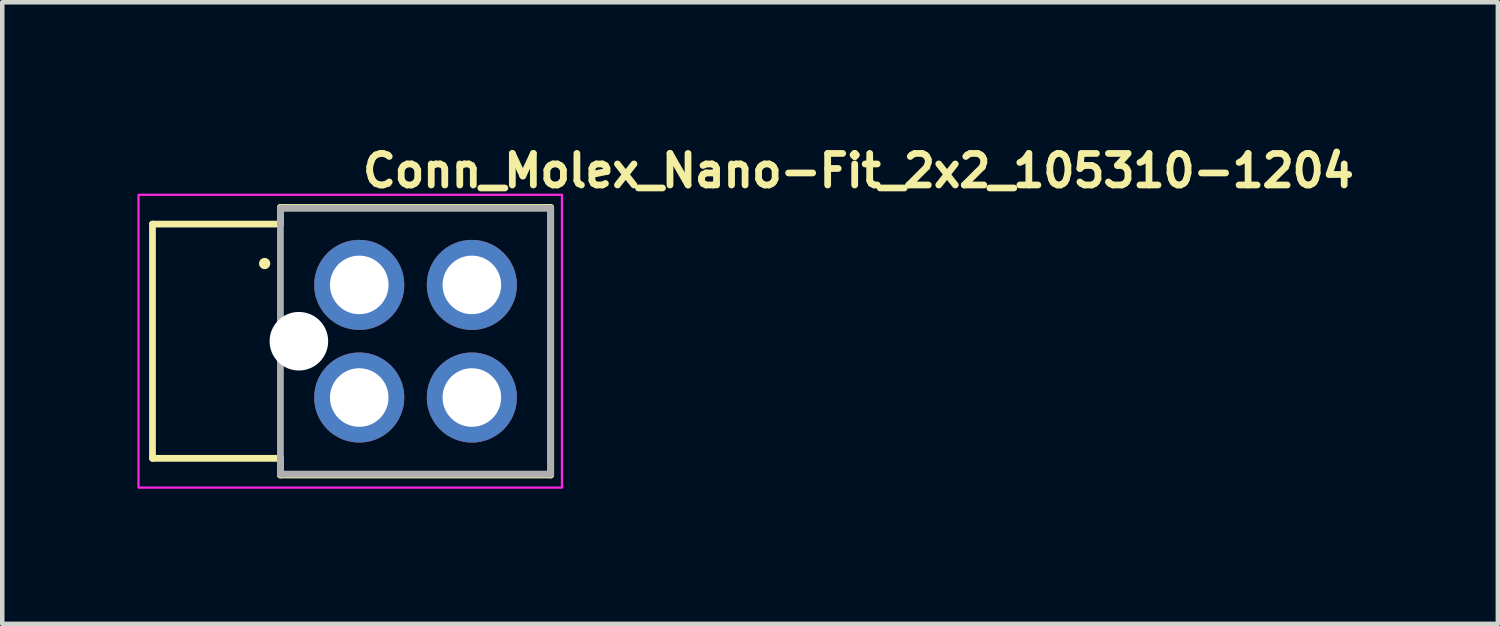
<source format=kicad_pcb>
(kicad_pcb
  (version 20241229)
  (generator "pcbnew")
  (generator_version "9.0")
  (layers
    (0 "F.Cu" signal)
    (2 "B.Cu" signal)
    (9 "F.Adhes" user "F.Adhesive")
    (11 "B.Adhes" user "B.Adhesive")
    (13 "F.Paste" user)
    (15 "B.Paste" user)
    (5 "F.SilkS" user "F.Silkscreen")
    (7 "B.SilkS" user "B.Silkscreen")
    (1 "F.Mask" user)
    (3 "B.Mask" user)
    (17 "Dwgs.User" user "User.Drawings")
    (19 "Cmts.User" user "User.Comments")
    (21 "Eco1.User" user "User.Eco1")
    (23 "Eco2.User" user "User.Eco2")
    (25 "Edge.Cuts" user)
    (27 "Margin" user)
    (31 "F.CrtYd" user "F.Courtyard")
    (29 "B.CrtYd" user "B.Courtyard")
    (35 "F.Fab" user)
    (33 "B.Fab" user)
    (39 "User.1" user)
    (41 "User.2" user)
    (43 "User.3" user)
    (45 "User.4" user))
  (footprint "Conn_Molex_Nano-Fit_2x2_105310-1204"
    (layer "F.Cu")
    (at 4.925 3.275)
    (property "Reference" "Conn_Molex_Nano-Fit_2x2_105310-1204" (at 0 -2.125 0) (layer "F.SilkS") (effects (font (size 0.7 0.7) (thickness 0.15)) (justify left bottom)))
    (attr through_hole)
    (fp_line (start -4.59 -1.35) (end -4.59 3.85) (stroke (width 0.15) (type solid)) (layer "F.SilkS"))
    (fp_line (start -4.59 -1.35) (end -1.75 -1.35) (stroke (width 0.15) (type solid)) (layer "F.SilkS"))
    (fp_line (start -4.59 3.85) (end -1.75 3.85) (stroke (width 0.15) (type solid)) (layer "F.SilkS"))
    (fp_line (start -1.75 -1.72) (end -1.75 -1.35) (stroke (width 0.15) (type solid)) (layer "F.SilkS"))
    (fp_line (start -1.75 4.22) (end -1.75 3.85) (stroke (width 0.15) (type solid)) (layer "F.SilkS"))
    (fp_line (start 4.25 -1.72) (end -1.75 -1.72) (stroke (width 0.15) (type solid)) (layer "F.SilkS"))
    (fp_line (start 4.25 -1.72) (end 4.25 4.22) (stroke (width 0.15) (type solid)) (layer "F.SilkS"))
    (fp_line (start 4.25 4.22) (end -1.75 4.22) (stroke (width 0.15) (type solid)) (layer "F.SilkS"))
    (fp_circle (center -2.1 -0.475) (end -2.05 -0.475) (stroke (width 0.15) (type solid)) (fill yes) (layer "F.SilkS"))
    (fp_rect (start 4.5 4.5) (end -4.9 -2) (stroke (width 0.05) (type solid)) (fill no) (layer "F.CrtYd"))
    (fp_line (start -1.75 -1.7) (end 4.25 -1.7) (stroke (width 0.15) (type solid)) (layer "F.Fab"))
    (fp_line (start -1.75 4.2) (end -1.75 -1.7) (stroke (width 0.15) (type solid)) (layer "F.Fab"))
    (fp_line (start 4.25 -1.7) (end 4.25 4.2) (stroke (width 0.15) (type solid)) (layer "F.Fab"))
    (fp_line (start 4.25 4.2) (end -1.75 4.2) (stroke (width 0.15) (type solid)) (layer "F.Fab"))
    (fp_rect (start 4.22 4.225) (end -4.62 -1.715) (stroke (width 0.1) (type solid)) (fill no) (layer "User.5"))
    (fp_line (start -4.62 3.654) (end -4.62 -1.145) (stroke (width 0.02) (type solid)) (layer "User.9"))
    (fp_line (start -4.62 3.654) (end -4.619 3.665) (stroke (width 0.02) (type solid)) (layer "User.9"))
    (fp_line (start -4.619 -1.155) (end -4.62 -1.145) (stroke (width 0.02) (type solid)) (layer "User.9"))
    (fp_line (start -4.619 3.665) (end -4.618 3.675) (stroke (width 0.02) (type solid)) (layer "User.9"))
    (fp_line (start -4.618 -1.165) (end -4.619 -1.155) (stroke (width 0.02) (type solid)) (layer "User.9"))
    (fp_line (start -4.618 3.675) (end -4.617 3.685) (stroke (width 0.02) (type solid)) (layer "User.9"))
    (fp_line (start -4.617 -1.175) (end -4.618 -1.165) (stroke (width 0.02) (type solid)) (layer "User.9"))
    (fp_line (start -4.617 3.685) (end -4.615 3.695) (stroke (width 0.02) (type solid)) (layer "User.9"))
    (fp_line (start -4.615 -1.185) (end -4.617 -1.175) (stroke (width 0.02) (type solid)) (layer "User.9"))
    (fp_line (start -4.615 3.695) (end -4.613 3.704) (stroke (width 0.02) (type solid)) (layer "User.9"))
    (fp_line (start -4.613 -1.194) (end -4.615 -1.185) (stroke (width 0.02) (type solid)) (layer "User.9"))
    (fp_line (start -4.613 3.704) (end -4.611 3.714) (stroke (width 0.02) (type solid)) (layer "User.9"))
    (fp_line (start -4.611 -1.204) (end -4.613 -1.194) (stroke (width 0.02) (type solid)) (layer "User.9"))
    (fp_line (start -4.611 3.714) (end -4.607 3.723) (stroke (width 0.02) (type solid)) (layer "User.9"))
    (fp_line (start -4.607 -1.213) (end -4.611 -1.204) (stroke (width 0.02) (type solid)) (layer "User.9"))
    (fp_line (start -4.607 3.723) (end -4.604 3.732) (stroke (width 0.02) (type solid)) (layer "User.9"))
    (fp_line (start -4.604 -1.222) (end -4.607 -1.213) (stroke (width 0.02) (type solid)) (layer "User.9"))
    (fp_line (start -4.604 3.732) (end -4.6 3.741) (stroke (width 0.02) (type solid)) (layer "User.9"))
    (fp_line (start -4.6 -1.231) (end -4.604 -1.222) (stroke (width 0.02) (type solid)) (layer "User.9"))
    (fp_line (start -4.6 3.741) (end -4.595 3.75) (stroke (width 0.02) (type solid)) (layer "User.9"))
    (fp_line (start -4.595 -1.24) (end -4.6 -1.231) (stroke (width 0.02) (type solid)) (layer "User.9"))
    (fp_line (start -4.595 3.75) (end -4.591 3.758) (stroke (width 0.02) (type solid)) (layer "User.9"))
    (fp_line (start -4.591 -1.248) (end -4.595 -1.24) (stroke (width 0.02) (type solid)) (layer "User.9"))
    (fp_line (start -4.591 3.758) (end -4.585 3.766) (stroke (width 0.02) (type solid)) (layer "User.9"))
    (fp_line (start -4.585 -1.256) (end -4.591 -1.248) (stroke (width 0.02) (type solid)) (layer "User.9"))
    (fp_line (start -4.585 3.766) (end -4.58 3.774) (stroke (width 0.02) (type solid)) (layer "User.9"))
    (fp_line (start -4.58 -1.264) (end -4.585 -1.256) (stroke (width 0.02) (type solid)) (layer "User.9"))
    (fp_line (start -4.58 3.774) (end -4.574 3.782) (stroke (width 0.02) (type solid)) (layer "User.9"))
    (fp_line (start -4.574 -1.272) (end -4.58 -1.264) (stroke (width 0.02) (type solid)) (layer "User.9"))
    (fp_line (start -4.574 3.782) (end -4.568 3.789) (stroke (width 0.02) (type solid)) (layer "User.9"))
    (fp_line (start -4.568 -1.279) (end -4.574 -1.272) (stroke (width 0.02) (type solid)) (layer "User.9"))
    (fp_line (start -4.568 3.789) (end -4.561 3.796) (stroke (width 0.02) (type solid)) (layer "User.9"))
    (fp_line (start -4.561 -1.286) (end -4.568 -1.279) (stroke (width 0.02) (type solid)) (layer "User.9"))
    (fp_line (start -4.561 3.796) (end -4.554 3.803) (stroke (width 0.02) (type solid)) (layer "User.9"))
    (fp_line (start -4.554 -1.293) (end -4.561 -1.286) (stroke (width 0.02) (type solid)) (layer "User.9"))
    (fp_line (start -4.554 3.803) (end -4.547 3.809) (stroke (width 0.02) (type solid)) (layer "User.9"))
    (fp_line (start -4.547 -1.299) (end -4.554 -1.293) (stroke (width 0.02) (type solid)) (layer "User.9"))
    (fp_line (start -4.547 3.809) (end -4.539 3.815) (stroke (width 0.02) (type solid)) (layer "User.9"))
    (fp_line (start -4.539 -1.305) (end -4.547 -1.299) (stroke (width 0.02) (type solid)) (layer "User.9"))
    (fp_line (start -4.539 3.815) (end -4.531 3.82) (stroke (width 0.02) (type solid)) (layer "User.9"))
    (fp_line (start -4.531 -1.31) (end -4.539 -1.305) (stroke (width 0.02) (type solid)) (layer "User.9"))
    (fp_line (start -4.531 3.82) (end -4.523 3.826) (stroke (width 0.02) (type solid)) (layer "User.9"))
    (fp_line (start -4.523 -1.316) (end -4.531 -1.31) (stroke (width 0.02) (type solid)) (layer "User.9"))
    (fp_line (start -4.523 3.826) (end -4.515 3.83) (stroke (width 0.02) (type solid)) (layer "User.9"))
    (fp_line (start -4.515 -1.32) (end -4.523 -1.316) (stroke (width 0.02) (type solid)) (layer "User.9"))
    (fp_line (start -4.515 3.83) (end -4.506 3.835) (stroke (width 0.02) (type solid)) (layer "User.9"))
    (fp_line (start -4.506 -1.325) (end -4.515 -1.32) (stroke (width 0.02) (type solid)) (layer "User.9"))
    (fp_line (start -4.506 3.835) (end -4.497 3.839) (stroke (width 0.02) (type solid)) (layer "User.9"))
    (fp_line (start -4.497 -1.329) (end -4.506 -1.325) (stroke (width 0.02) (type solid)) (layer "User.9"))
    (fp_line (start -4.497 3.839) (end -4.488 3.842) (stroke (width 0.02) (type solid)) (layer "User.9"))
    (fp_line (start -4.488 -1.332) (end -4.497 -1.329) (stroke (width 0.02) (type solid)) (layer "User.9"))
    (fp_line (start -4.488 3.842) (end -4.479 3.846) (stroke (width 0.02) (type solid)) (layer "User.9"))
    (fp_line (start -4.479 -1.336) (end -4.488 -1.332) (stroke (width 0.02) (type solid)) (layer "User.9"))
    (fp_line (start -4.479 3.846) (end -4.469 3.848) (stroke (width 0.02) (type solid)) (layer "User.9"))
    (fp_line (start -4.469 -1.338) (end -4.479 -1.336) (stroke (width 0.02) (type solid)) (layer "User.9"))
    (fp_line (start -4.469 3.848) (end -4.46 3.85) (stroke (width 0.02) (type solid)) (layer "User.9"))
    (fp_line (start -4.46 -1.34) (end -4.469 -1.338) (stroke (width 0.02) (type solid)) (layer "User.9"))
    (fp_line (start -4.46 3.85) (end -4.45 3.852) (stroke (width 0.02) (type solid)) (layer "User.9"))
    (fp_line (start -4.45 -1.342) (end -4.46 -1.34) (stroke (width 0.02) (type solid)) (layer "User.9"))
    (fp_line (start -4.45 3.852) (end -4.44 3.853) (stroke (width 0.02) (type solid)) (layer "User.9"))
    (fp_line (start -4.44 -1.343) (end -4.45 -1.342) (stroke (width 0.02) (type solid)) (layer "User.9"))
    (fp_line (start -4.44 3.853) (end -4.43 3.854) (stroke (width 0.02) (type solid)) (layer "User.9"))
    (fp_line (start -4.43 -1.344) (end -4.44 -1.343) (stroke (width 0.02) (type solid)) (layer "User.9"))
    (fp_line (start -4.43 3.854) (end -4.42 3.855) (stroke (width 0.02) (type solid)) (layer "User.9"))
    (fp_line (start -4.42 -1.345) (end -4.43 -1.344) (stroke (width 0.02) (type solid)) (layer "User.9"))
    (fp_line (start -4.42 -1.345) (end -4.05 -1.345) (stroke (width 0.02) (type solid)) (layer "User.9"))
    (fp_line (start -4.42 3.855) (end -4.05 3.855) (stroke (width 0.02) (type solid)) (layer "User.9"))
    (fp_line (start -4.05 -1.345) (end -2.59 -1.345) (stroke (width 0.02) (type solid)) (layer "User.9"))
    (fp_line (start -4.05 3.855) (end -4.05 -1.345) (stroke (width 0.02) (type solid)) (layer "User.9"))
    (fp_line (start -4.05 3.855) (end -2.59 3.855) (stroke (width 0.02) (type solid)) (layer "User.9"))
    (fp_line (start -3.769 -0.945) (end -3.769 3.455) (stroke (width 0.02) (type solid)) (layer "User.9"))
    (fp_line (start -2.59 -1.345) (end -1.76 -1.345) (stroke (width 0.02) (type solid)) (layer "User.9"))
    (fp_line (start -2.59 -0.945) (end -3.769 -0.945) (stroke (width 0.02) (type solid)) (layer "User.9"))
    (fp_line (start -2.59 -0.945) (end -2.59 -1.345) (stroke (width 0.02) (type solid)) (layer "User.9"))
    (fp_line (start -2.59 -0.945) (end -1.115 -0.945) (stroke (width 0.02) (type solid)) (layer "User.9"))
    (fp_line (start -2.59 3.455) (end -3.769 3.455) (stroke (width 0.02) (type solid)) (layer "User.9"))
    (fp_line (start -2.59 3.455) (end -1.115 3.455) (stroke (width 0.02) (type solid)) (layer "User.9"))
    (fp_line (start -2.59 3.855) (end -2.59 3.455) (stroke (width 0.02) (type solid)) (layer "User.9"))
    (fp_line (start -2.59 3.855) (end -1.76 3.855) (stroke (width 0.02) (type solid)) (layer "User.9"))
    (fp_line (start -1.76 -1.345) (end -1.76 -1.715) (stroke (width 0.02) (type solid)) (layer "User.9"))
    (fp_line (start -1.76 4.225) (end -1.76 3.855) (stroke (width 0.02) (type solid)) (layer "User.9"))
    (fp_line (start -1.39 -0.075) (end -1.115 -0.075) (stroke (width 0.02) (type solid)) (layer "User.9"))
    (fp_line (start -1.39 2.585) (end -1.39 -0.075) (stroke (width 0.02) (type solid)) (layer "User.9"))
    (fp_line (start -1.115 -1.105) (end -1.115 -0.945) (stroke (width 0.02) (type solid)) (layer "User.9"))
    (fp_line (start -1.115 -1.105) (end 3.575 -1.105) (stroke (width 0.02) (type solid)) (layer "User.9"))
    (fp_line (start -1.115 -0.075) (end -1.115 -0.945) (stroke (width 0.02) (type solid)) (layer "User.9"))
    (fp_line (start -1.115 -0.075) (end -1.115 1.115) (stroke (width 0.02) (type solid)) (layer "User.9"))
    (fp_line (start -1.115 1.115) (end 1.075 1.115) (stroke (width 0.02) (type solid)) (layer "User.9"))
    (fp_line (start -1.115 1.396) (end -1.115 2.585) (stroke (width 0.02) (type solid)) (layer "User.9"))
    (fp_line (start -1.115 2.585) (end -1.39 2.585) (stroke (width 0.02) (type solid)) (layer "User.9"))
    (fp_line (start -1.115 2.585) (end -1.115 3.455) (stroke (width 0.02) (type solid)) (layer "User.9"))
    (fp_line (start -1.115 3.455) (end -1.115 3.615) (stroke (width 0.02) (type solid)) (layer "User.9"))
    (fp_line (start -1.115 3.615) (end 1.075 3.615) (stroke (width 0.02) (type solid)) (layer "User.9"))
    (fp_line (start -0.337 -0.312) (end -0.337 0.323) (stroke (width 0.02) (type solid)) (layer "User.9"))
    (fp_line (start -0.337 -0.312) (end 0.298 -0.312) (stroke (width 0.02) (type solid)) (layer "User.9"))
    (fp_line (start -0.337 0.323) (end -0.187 0.173) (stroke (width 0.02) (type solid)) (layer "User.9"))
    (fp_line (start -0.337 2.188) (end -0.337 2.822) (stroke (width 0.02) (type solid)) (layer "User.9"))
    (fp_line (start -0.337 2.188) (end 0.298 2.188) (stroke (width 0.02) (type solid)) (layer "User.9"))
    (fp_line (start -0.337 2.822) (end -0.187 2.672) (stroke (width 0.02) (type solid)) (layer "User.9"))
    (fp_line (start -0.187 -0.162) (end -0.337 -0.312) (stroke (width 0.02) (type solid)) (layer "User.9"))
    (fp_line (start -0.187 -0.162) (end -0.187 0.173) (stroke (width 0.02) (type solid)) (layer "User.9"))
    (fp_line (start -0.187 -0.162) (end 0.148 -0.162) (stroke (width 0.02) (type solid)) (layer "User.9"))
    (fp_line (start -0.187 2.338) (end -0.337 2.188) (stroke (width 0.02) (type solid)) (layer "User.9"))
    (fp_line (start -0.187 2.338) (end -0.187 2.672) (stroke (width 0.02) (type solid)) (layer "User.9"))
    (fp_line (start -0.187 2.338) (end 0.148 2.338) (stroke (width 0.02) (type solid)) (layer "User.9"))
    (fp_line (start 0.148 -0.162) (end 0.148 0.173) (stroke (width 0.02) (type solid)) (layer "User.9"))
    (fp_line (start 0.148 0.173) (end -0.187 0.173) (stroke (width 0.02) (type solid)) (layer "User.9"))
    (fp_line (start 0.148 0.173) (end 0.298 0.323) (stroke (width 0.02) (type solid)) (layer "User.9"))
    (fp_line (start 0.148 2.338) (end 0.148 2.672) (stroke (width 0.02) (type solid)) (layer "User.9"))
    (fp_line (start 0.148 2.672) (end -0.187 2.672) (stroke (width 0.02) (type solid)) (layer "User.9"))
    (fp_line (start 0.148 2.672) (end 0.298 2.822) (stroke (width 0.02) (type solid)) (layer "User.9"))
    (fp_line (start 0.298 -0.312) (end 0.148 -0.162) (stroke (width 0.02) (type solid)) (layer "User.9"))
    (fp_line (start 0.298 -0.312) (end 0.298 0.323) (stroke (width 0.02) (type solid)) (layer "User.9"))
    (fp_line (start 0.298 0.323) (end -0.337 0.323) (stroke (width 0.02) (type solid)) (layer "User.9"))
    (fp_line (start 0.298 2.188) (end 0.148 2.338) (stroke (width 0.02) (type solid)) (layer "User.9"))
    (fp_line (start 0.298 2.188) (end 0.298 2.822) (stroke (width 0.02) (type solid)) (layer "User.9"))
    (fp_line (start 0.298 2.822) (end -0.337 2.822) (stroke (width 0.02) (type solid)) (layer "User.9"))
    (fp_line (start 1.075 -1.105) (end 1.075 -0.395) (stroke (width 0.02) (type solid)) (layer "User.9"))
    (fp_line (start 1.075 -0.395) (end 1.385 -0.395) (stroke (width 0.02) (type solid)) (layer "User.9"))
    (fp_line (start 1.075 0.205) (end 1.075 -0.395) (stroke (width 0.02) (type solid)) (layer "User.9"))
    (fp_line (start 1.075 1.115) (end 1.075 0.205) (stroke (width 0.02) (type solid)) (layer "User.9"))
    (fp_line (start 1.075 1.396) (end -1.115 1.396) (stroke (width 0.02) (type solid)) (layer "User.9"))
    (fp_line (start 1.075 3.615) (end 1.075 1.396) (stroke (width 0.02) (type solid)) (layer "User.9"))
    (fp_line (start 1.385 -1.105) (end 1.385 -0.395) (stroke (width 0.02) (type solid)) (layer "User.9"))
    (fp_line (start 1.385 0.205) (end 1.075 0.205) (stroke (width 0.02) (type solid)) (layer "User.9"))
    (fp_line (start 1.385 0.205) (end 1.385 -0.395) (stroke (width 0.02) (type solid)) (layer "User.9"))
    (fp_line (start 1.385 0.205) (end 1.385 1.115) (stroke (width 0.02) (type solid)) (layer "User.9"))
    (fp_line (start 1.385 1.115) (end 3.575 1.115) (stroke (width 0.02) (type solid)) (layer "User.9"))
    (fp_line (start 1.385 1.396) (end 1.385 3.615) (stroke (width 0.02) (type solid)) (layer "User.9"))
    (fp_line (start 1.385 3.615) (end 3.575 3.615) (stroke (width 0.02) (type solid)) (layer "User.9"))
    (fp_line (start 2.163 -0.312) (end 2.163 0.323) (stroke (width 0.02) (type solid)) (layer "User.9"))
    (fp_line (start 2.163 -0.312) (end 2.797 -0.312) (stroke (width 0.02) (type solid)) (layer "User.9"))
    (fp_line (start 2.163 2.188) (end 2.163 2.822) (stroke (width 0.02) (type solid)) (layer "User.9"))
    (fp_line (start 2.163 2.188) (end 2.797 2.188) (stroke (width 0.02) (type solid)) (layer "User.9"))
    (fp_line (start 2.313 -0.162) (end 2.163 -0.312) (stroke (width 0.02) (type solid)) (layer "User.9"))
    (fp_line (start 2.313 -0.162) (end 2.313 0.173) (stroke (width 0.02) (type solid)) (layer "User.9"))
    (fp_line (start 2.313 -0.162) (end 2.647 -0.162) (stroke (width 0.02) (type solid)) (layer "User.9"))
    (fp_line (start 2.313 0.173) (end 2.163 0.323) (stroke (width 0.02) (type solid)) (layer "User.9"))
    (fp_line (start 2.313 2.338) (end 2.163 2.188) (stroke (width 0.02) (type solid)) (layer "User.9"))
    (fp_line (start 2.313 2.338) (end 2.313 2.672) (stroke (width 0.02) (type solid)) (layer "User.9"))
    (fp_line (start 2.313 2.338) (end 2.647 2.338) (stroke (width 0.02) (type solid)) (layer "User.9"))
    (fp_line (start 2.313 2.672) (end 2.163 2.822) (stroke (width 0.02) (type solid)) (layer "User.9"))
    (fp_line (start 2.647 -0.162) (end 2.647 0.173) (stroke (width 0.02) (type solid)) (layer "User.9"))
    (fp_line (start 2.647 -0.162) (end 2.797 -0.312) (stroke (width 0.02) (type solid)) (layer "User.9"))
    (fp_line (start 2.647 0.173) (end 2.313 0.173) (stroke (width 0.02) (type solid)) (layer "User.9"))
    (fp_line (start 2.647 0.173) (end 2.797 0.323) (stroke (width 0.02) (type solid)) (layer "User.9"))
    (fp_line (start 2.647 2.338) (end 2.647 2.672) (stroke (width 0.02) (type solid)) (layer "User.9"))
    (fp_line (start 2.647 2.338) (end 2.797 2.188) (stroke (width 0.02) (type solid)) (layer "User.9"))
    (fp_line (start 2.647 2.672) (end 2.313 2.672) (stroke (width 0.02) (type solid)) (layer "User.9"))
    (fp_line (start 2.647 2.672) (end 2.797 2.822) (stroke (width 0.02) (type solid)) (layer "User.9"))
    (fp_line (start 2.797 -0.312) (end 2.797 0.323) (stroke (width 0.02) (type solid)) (layer "User.9"))
    (fp_line (start 2.797 0.323) (end 2.163 0.323) (stroke (width 0.02) (type solid)) (layer "User.9"))
    (fp_line (start 2.797 2.188) (end 2.797 2.822) (stroke (width 0.02) (type solid)) (layer "User.9"))
    (fp_line (start 2.797 2.822) (end 2.163 2.822) (stroke (width 0.02) (type solid)) (layer "User.9"))
    (fp_line (start 3.575 1.115) (end 3.575 -1.105) (stroke (width 0.02) (type solid)) (layer "User.9"))
    (fp_line (start 3.575 1.396) (end 1.385 1.396) (stroke (width 0.02) (type solid)) (layer "User.9"))
    (fp_line (start 3.575 3.615) (end 3.575 1.396) (stroke (width 0.02) (type solid)) (layer "User.9"))
    (fp_line (start 4.22 -1.715) (end -1.76 -1.715) (stroke (width 0.02) (type solid)) (layer "User.9"))
    (fp_line (start 4.22 4.225) (end -1.76 4.225) (stroke (width 0.02) (type solid)) (layer "User.9"))
    (fp_line (start 4.22 4.225) (end 4.22 -1.715) (stroke (width 0.02) (type solid)) (layer "User.9"))
    (pad "" np_thru_hole circle (at -1.34 1.25 270) (size 1.3 1.3) (drill 1.3) (layers "*.Cu" "*.Mask"))
    (pad "1" thru_hole circle (at 0 0 270) (size 2 2) (drill 1.3) (layers "*.Cu" "*.Mask"))
    (pad "2" thru_hole circle (at 0 2.5 270) (size 2 2) (drill 1.3) (layers "*.Cu" "*.Mask"))
    (pad "3" thru_hole circle (at 2.5 0 270) (size 2 2) (drill 1.3) (layers "*.Cu" "*.Mask"))
    (pad "4" thru_hole circle (at 2.5 2.5 270) (size 2 2) (drill 1.3) (layers "*.Cu" "*.Mask")))
  (gr_rect
    (start -3 -3)
    (end 30.202 10.8)
    (stroke (width 0.1) (type default))
    (fill no)
    (layer "Edge.Cuts")))
</source>
